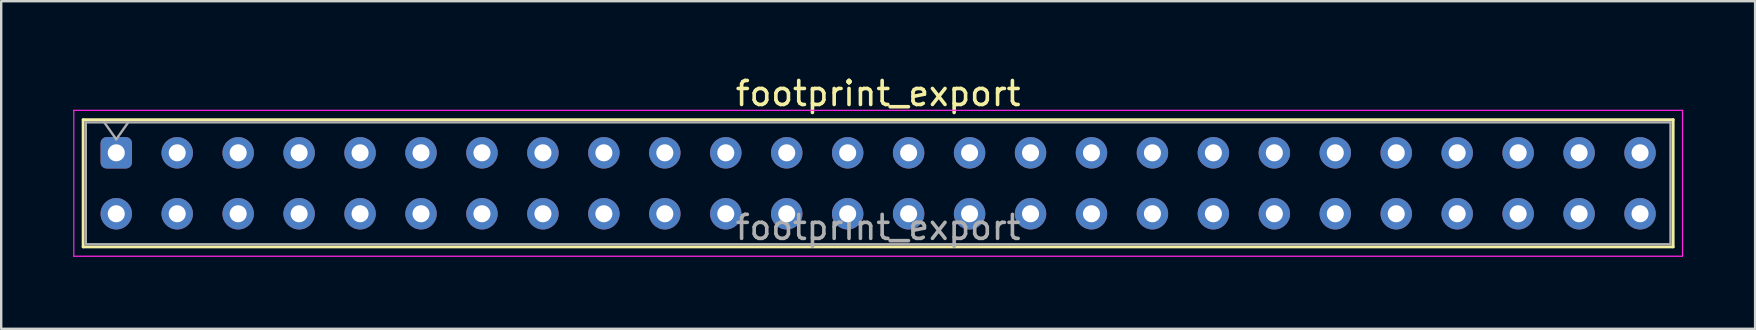
<source format=kicad_pcb>
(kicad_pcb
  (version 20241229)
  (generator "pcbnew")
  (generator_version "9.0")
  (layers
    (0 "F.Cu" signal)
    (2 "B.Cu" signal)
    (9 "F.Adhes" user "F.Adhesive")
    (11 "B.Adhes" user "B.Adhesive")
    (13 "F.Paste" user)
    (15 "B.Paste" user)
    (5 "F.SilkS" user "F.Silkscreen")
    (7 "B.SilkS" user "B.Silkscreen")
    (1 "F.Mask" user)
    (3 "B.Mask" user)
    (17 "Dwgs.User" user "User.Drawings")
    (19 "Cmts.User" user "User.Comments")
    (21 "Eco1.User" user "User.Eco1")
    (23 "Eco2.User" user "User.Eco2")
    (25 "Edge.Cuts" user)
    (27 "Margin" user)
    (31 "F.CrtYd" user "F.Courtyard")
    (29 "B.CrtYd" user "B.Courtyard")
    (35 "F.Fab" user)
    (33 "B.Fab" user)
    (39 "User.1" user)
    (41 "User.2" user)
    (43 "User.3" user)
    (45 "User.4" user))
  (footprint "footprint_export"
    (layer "F.Cu")
    (at 1.795 3.318)
    (property "Reference" "footprint_export" (at 31.75 -2.47 0) (layer "F.SilkS") (effects (font (size 1 1) (thickness 0.15))))
    (attr through_hole)
    (fp_line (start -1.38 -1.38) (end 64.88 -1.38) (stroke (width 0.12) (type solid)) (layer "F.SilkS"))
    (fp_line (start -1.38 3.92) (end -1.38 -1.38) (stroke (width 0.12) (type solid)) (layer "F.SilkS"))
    (fp_line (start 64.88 -1.38) (end 64.88 3.92) (stroke (width 0.12) (type solid)) (layer "F.SilkS"))
    (fp_line (start 64.88 3.92) (end -1.38 3.92) (stroke (width 0.12) (type solid)) (layer "F.SilkS"))
    (fp_line (start -1.77 -1.77) (end 65.27 -1.77) (stroke (width 0.05) (type solid)) (layer "F.CrtYd"))
    (fp_line (start -1.77 4.31) (end -1.77 -1.77) (stroke (width 0.05) (type solid)) (layer "F.CrtYd"))
    (fp_line (start 65.27 -1.77) (end 65.27 4.31) (stroke (width 0.05) (type solid)) (layer "F.CrtYd"))
    (fp_line (start 65.27 4.31) (end -1.77 4.31) (stroke (width 0.05) (type solid)) (layer "F.CrtYd"))
    (fp_line (start -1.27 -1.27) (end 64.77 -1.27) (stroke (width 0.1) (type solid)) (layer "F.Fab"))
    (fp_line (start -1.27 3.81) (end -1.27 -1.27) (stroke (width 0.1) (type solid)) (layer "F.Fab"))
    (fp_line (start -0.5 -1.27) (end 0 -0.563) (stroke (width 0.1) (type solid)) (layer "F.Fab"))
    (fp_line (start 0 -0.563) (end 0.5 -1.27) (stroke (width 0.1) (type solid)) (layer "F.Fab"))
    (fp_line (start 64.77 -1.27) (end 64.77 3.81) (stroke (width 0.1) (type solid)) (layer "F.Fab"))
    (fp_line (start 64.77 3.81) (end -1.27 3.81) (stroke (width 0.1) (type solid)) (layer "F.Fab"))
    (fp_text user "${REFERENCE}" (at 31.75 3.11 0) (layer "F.Fab") (effects (font (size 1 1) (thickness 0.15))))
    (pad "1" thru_hole roundrect (at 0 0) (size 1.31 1.31) (drill 0.71) (layers "*.Cu" "*.Mask") (roundrect_rratio 0.191))
    (pad "2" thru_hole circle (at 0 2.54) (size 1.31 1.31) (drill 0.71) (layers "*.Cu" "*.Mask"))
    (pad "3" thru_hole circle (at 2.54 0) (size 1.31 1.31) (drill 0.71) (layers "*.Cu" "*.Mask"))
    (pad "4" thru_hole circle (at 2.54 2.54) (size 1.31 1.31) (drill 0.71) (layers "*.Cu" "*.Mask"))
    (pad "5" thru_hole circle (at 5.08 0) (size 1.31 1.31) (drill 0.71) (layers "*.Cu" "*.Mask"))
    (pad "6" thru_hole circle (at 5.08 2.54) (size 1.31 1.31) (drill 0.71) (layers "*.Cu" "*.Mask"))
    (pad "7" thru_hole circle (at 7.62 0) (size 1.31 1.31) (drill 0.71) (layers "*.Cu" "*.Mask"))
    (pad "8" thru_hole circle (at 7.62 2.54) (size 1.31 1.31) (drill 0.71) (layers "*.Cu" "*.Mask"))
    (pad "9" thru_hole circle (at 10.16 0) (size 1.31 1.31) (drill 0.71) (layers "*.Cu" "*.Mask"))
    (pad "10" thru_hole circle (at 10.16 2.54) (size 1.31 1.31) (drill 0.71) (layers "*.Cu" "*.Mask"))
    (pad "11" thru_hole circle (at 12.7 0) (size 1.31 1.31) (drill 0.71) (layers "*.Cu" "*.Mask"))
    (pad "12" thru_hole circle (at 12.7 2.54) (size 1.31 1.31) (drill 0.71) (layers "*.Cu" "*.Mask"))
    (pad "13" thru_hole circle (at 15.24 0) (size 1.31 1.31) (drill 0.71) (layers "*.Cu" "*.Mask"))
    (pad "14" thru_hole circle (at 15.24 2.54) (size 1.31 1.31) (drill 0.71) (layers "*.Cu" "*.Mask"))
    (pad "15" thru_hole circle (at 17.78 0) (size 1.31 1.31) (drill 0.71) (layers "*.Cu" "*.Mask"))
    (pad "16" thru_hole circle (at 17.78 2.54) (size 1.31 1.31) (drill 0.71) (layers "*.Cu" "*.Mask"))
    (pad "17" thru_hole circle (at 20.32 0) (size 1.31 1.31) (drill 0.71) (layers "*.Cu" "*.Mask"))
    (pad "18" thru_hole circle (at 20.32 2.54) (size 1.31 1.31) (drill 0.71) (layers "*.Cu" "*.Mask"))
    (pad "19" thru_hole circle (at 22.86 0) (size 1.31 1.31) (drill 0.71) (layers "*.Cu" "*.Mask"))
    (pad "20" thru_hole circle (at 22.86 2.54) (size 1.31 1.31) (drill 0.71) (layers "*.Cu" "*.Mask"))
    (pad "21" thru_hole circle (at 25.4 0) (size 1.31 1.31) (drill 0.71) (layers "*.Cu" "*.Mask"))
    (pad "22" thru_hole circle (at 25.4 2.54) (size 1.31 1.31) (drill 0.71) (layers "*.Cu" "*.Mask"))
    (pad "23" thru_hole circle (at 27.94 0) (size 1.31 1.31) (drill 0.71) (layers "*.Cu" "*.Mask"))
    (pad "24" thru_hole circle (at 27.94 2.54) (size 1.31 1.31) (drill 0.71) (layers "*.Cu" "*.Mask"))
    (pad "25" thru_hole circle (at 30.48 0) (size 1.31 1.31) (drill 0.71) (layers "*.Cu" "*.Mask"))
    (pad "26" thru_hole circle (at 30.48 2.54) (size 1.31 1.31) (drill 0.71) (layers "*.Cu" "*.Mask"))
    (pad "27" thru_hole circle (at 33.02 0) (size 1.31 1.31) (drill 0.71) (layers "*.Cu" "*.Mask"))
    (pad "28" thru_hole circle (at 33.02 2.54) (size 1.31 1.31) (drill 0.71) (layers "*.Cu" "*.Mask"))
    (pad "29" thru_hole circle (at 35.56 0) (size 1.31 1.31) (drill 0.71) (layers "*.Cu" "*.Mask"))
    (pad "30" thru_hole circle (at 35.56 2.54) (size 1.31 1.31) (drill 0.71) (layers "*.Cu" "*.Mask"))
    (pad "31" thru_hole circle (at 38.1 0) (size 1.31 1.31) (drill 0.71) (layers "*.Cu" "*.Mask"))
    (pad "32" thru_hole circle (at 38.1 2.54) (size 1.31 1.31) (drill 0.71) (layers "*.Cu" "*.Mask"))
    (pad "33" thru_hole circle (at 40.64 0) (size 1.31 1.31) (drill 0.71) (layers "*.Cu" "*.Mask"))
    (pad "34" thru_hole circle (at 40.64 2.54) (size 1.31 1.31) (drill 0.71) (layers "*.Cu" "*.Mask"))
    (pad "35" thru_hole circle (at 43.18 0) (size 1.31 1.31) (drill 0.71) (layers "*.Cu" "*.Mask"))
    (pad "36" thru_hole circle (at 43.18 2.54) (size 1.31 1.31) (drill 0.71) (layers "*.Cu" "*.Mask"))
    (pad "37" thru_hole circle (at 45.72 0) (size 1.31 1.31) (drill 0.71) (layers "*.Cu" "*.Mask"))
    (pad "38" thru_hole circle (at 45.72 2.54) (size 1.31 1.31) (drill 0.71) (layers "*.Cu" "*.Mask"))
    (pad "39" thru_hole circle (at 48.26 0) (size 1.31 1.31) (drill 0.71) (layers "*.Cu" "*.Mask"))
    (pad "40" thru_hole circle (at 48.26 2.54) (size 1.31 1.31) (drill 0.71) (layers "*.Cu" "*.Mask"))
    (pad "41" thru_hole circle (at 50.8 0) (size 1.31 1.31) (drill 0.71) (layers "*.Cu" "*.Mask"))
    (pad "42" thru_hole circle (at 50.8 2.54) (size 1.31 1.31) (drill 0.71) (layers "*.Cu" "*.Mask"))
    (pad "43" thru_hole circle (at 53.34 0) (size 1.31 1.31) (drill 0.71) (layers "*.Cu" "*.Mask"))
    (pad "44" thru_hole circle (at 53.34 2.54) (size 1.31 1.31) (drill 0.71) (layers "*.Cu" "*.Mask"))
    (pad "45" thru_hole circle (at 55.88 0) (size 1.31 1.31) (drill 0.71) (layers "*.Cu" "*.Mask"))
    (pad "46" thru_hole circle (at 55.88 2.54) (size 1.31 1.31) (drill 0.71) (layers "*.Cu" "*.Mask"))
    (pad "47" thru_hole circle (at 58.42 0) (size 1.31 1.31) (drill 0.71) (layers "*.Cu" "*.Mask"))
    (pad "48" thru_hole circle (at 58.42 2.54) (size 1.31 1.31) (drill 0.71) (layers "*.Cu" "*.Mask"))
    (pad "49" thru_hole circle (at 60.96 0) (size 1.31 1.31) (drill 0.71) (layers "*.Cu" "*.Mask"))
    (pad "50" thru_hole circle (at 60.96 2.54) (size 1.31 1.31) (drill 0.71) (layers "*.Cu" "*.Mask"))
    (pad "51" thru_hole circle (at 63.5 0) (size 1.31 1.31) (drill 0.71) (layers "*.Cu" "*.Mask"))
    (pad "52" thru_hole circle (at 63.5 2.54) (size 1.31 1.31) (drill 0.71) (layers "*.Cu" "*.Mask")))
  (gr_rect
    (start -3 -3)
    (end 70.09 10.653)
    (stroke (width 0.1) (type default))
    (fill no)
    (layer "Edge.Cuts")))
</source>
